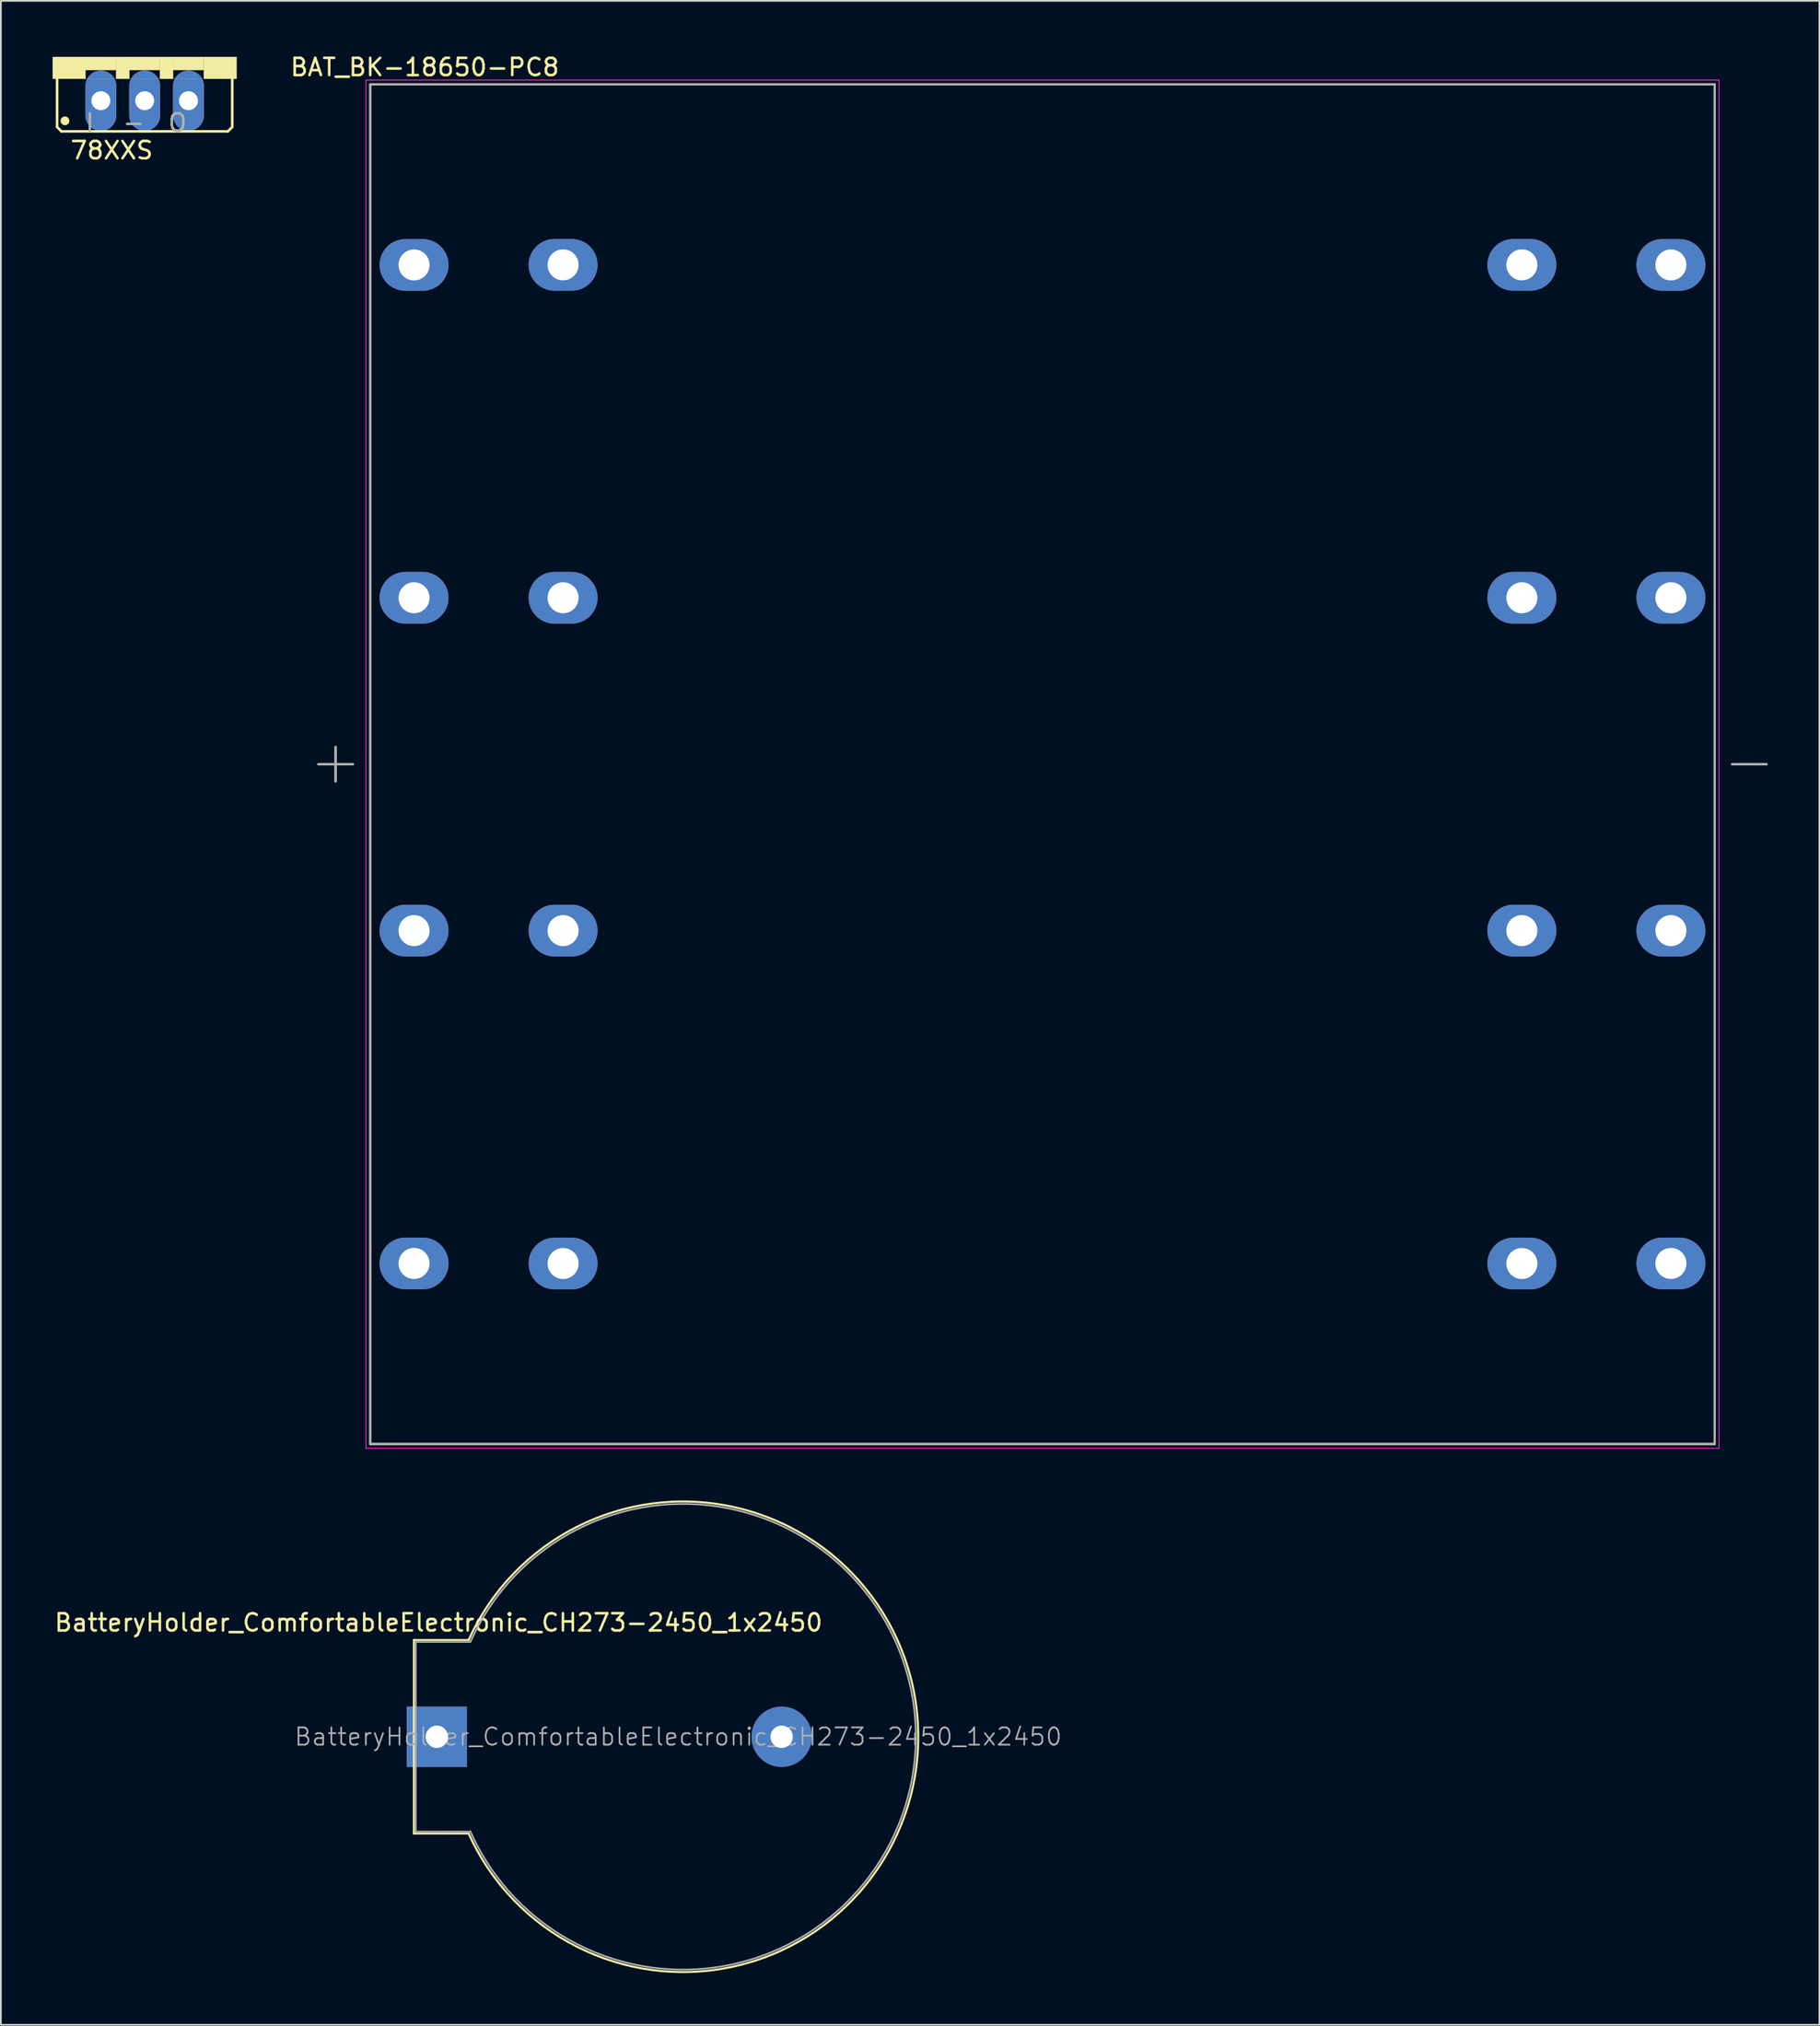
<source format=kicad_pcb>
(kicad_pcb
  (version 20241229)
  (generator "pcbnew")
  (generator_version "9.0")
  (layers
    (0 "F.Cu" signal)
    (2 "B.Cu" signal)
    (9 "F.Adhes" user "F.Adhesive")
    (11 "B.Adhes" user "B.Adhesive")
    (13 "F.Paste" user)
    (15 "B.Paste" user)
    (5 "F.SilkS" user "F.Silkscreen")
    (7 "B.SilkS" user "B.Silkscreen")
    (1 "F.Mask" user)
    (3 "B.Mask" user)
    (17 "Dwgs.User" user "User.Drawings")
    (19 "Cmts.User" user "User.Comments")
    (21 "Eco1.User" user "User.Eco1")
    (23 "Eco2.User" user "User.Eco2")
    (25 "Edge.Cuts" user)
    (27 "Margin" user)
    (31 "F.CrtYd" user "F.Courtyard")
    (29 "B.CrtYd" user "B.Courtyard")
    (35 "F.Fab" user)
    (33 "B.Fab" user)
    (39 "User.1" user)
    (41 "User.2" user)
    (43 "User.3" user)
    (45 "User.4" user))
  (footprint "78XXS"
    (layer "F.Cu")
    (at 5.341 0.25)
    (property "Reference" "78XXS" (at -1.909 5.42 0) (layer "F.SilkS") (effects (font (size 1.002 1.002) (thickness 0.15))))
    (attr through_hole)
    (fp_line (start -5.08 4.064) (end -5.08 1.143) (stroke (width 0.152) (type solid)) (layer "F.SilkS"))
    (fp_line (start -5.08 4.064) (end -4.826 4.318) (stroke (width 0.152) (type solid)) (layer "F.SilkS"))
    (fp_line (start 4.826 4.318) (end -4.826 4.318) (stroke (width 0.152) (type solid)) (layer "F.SilkS"))
    (fp_line (start 4.826 4.318) (end 5.08 4.064) (stroke (width 0.152) (type solid)) (layer "F.SilkS"))
    (fp_line (start 5.08 1.143) (end 5.08 4.064) (stroke (width 0.152) (type solid)) (layer "F.SilkS"))
    (fp_circle (center -4.623 3.708) (end -4.369 3.708) (stroke (width 0) (type solid)) (fill yes) (layer "F.SilkS"))
    (fp_poly (pts (xy -5.336 0) (xy -3.429 0) (xy -3.429 1.27) (xy -5.336 1.27)) (stroke (width 0.01) (type solid)) (fill yes) (layer "F.SilkS"))
    (fp_poly (pts (xy -3.434 0) (xy -1.651 0) (xy -1.651 0.763) (xy -3.434 0.763)) (stroke (width 0.01) (type solid)) (fill yes) (layer "F.SilkS"))
    (fp_poly (pts (xy -1.654 0) (xy -0.889 0) (xy -0.889 1.272) (xy -1.654 1.272)) (stroke (width 0.01) (type solid)) (fill yes) (layer "F.SilkS"))
    (fp_poly (pts (xy -0.891 0) (xy 0.889 0) (xy 0.889 0.763) (xy -0.891 0.763)) (stroke (width 0.01) (type solid)) (fill yes) (layer "F.SilkS"))
    (fp_poly (pts (xy 0.889 0) (xy 1.651 0) (xy 1.651 1.271) (xy 0.889 1.271)) (stroke (width 0.01) (type solid)) (fill yes) (layer "F.SilkS"))
    (fp_poly (pts (xy 1.654 0) (xy 3.429 0) (xy 3.429 0.763) (xy 1.654 0.763)) (stroke (width 0.01) (type solid)) (fill yes) (layer "F.SilkS"))
    (fp_poly (pts (xy 3.433 0) (xy 5.334 0) (xy 5.334 1.272) (xy 3.433 1.272)) (stroke (width 0.01) (type solid)) (fill yes) (layer "F.SilkS"))
    (fp_poly (pts (xy -3.436 0.762) (xy -1.651 0.762) (xy -1.651 1.273) (xy -3.436 1.273)) (stroke (width 0.01) (type solid)) (fill no) (layer "F.Fab"))
    (fp_poly (pts (xy -0.889 0.762) (xy 0.889 0.762) (xy 0.889 1.27) (xy -0.889 1.27)) (stroke (width 0.01) (type solid)) (fill no) (layer "F.Fab"))
    (fp_poly (pts (xy 1.653 0.762) (xy 3.429 0.762) (xy 3.429 1.271) (xy 1.653 1.271)) (stroke (width 0.01) (type solid)) (fill no) (layer "F.Fab"))
    (fp_text user "O" (at 1.906 3.813 0) (layer "F.Fab") (effects (font (size 1.001 1.001) (thickness 0.15))))
    (fp_text user "I" (at -3.179 3.815 0) (layer "F.Fab") (effects (font (size 1.001 1.001) (thickness 0.15))))
    (fp_text user "-" (at -0.635 3.812 0) (layer "F.Fab") (effects (font (size 1.001 1.001) (thickness 0.15))))
    (pad "1" thru_hole oval (at -2.54 2.54) (size 1.8 3.5) (drill 1.1) (layers "*.Cu" "*.Mask"))
    (pad "2" thru_hole oval (at 0 2.54) (size 1.8 3.5) (drill 1.1) (layers "*.Cu" "*.Mask"))
    (pad "3" thru_hole oval (at 2.54 2.54) (size 1.8 3.5) (drill 1.1) (layers "*.Cu" "*.Mask")))
  (footprint "BAT_BK-18650-PC8"
    (layer "F.Cu")
    (at 57.415 41.263)
    (property "Reference" "BAT_BK-18650-PC8" (at -35.825 -40.415 0) (layer "F.SilkS") (effects (font (size 1 1) (thickness 0.15))))
    (attr through_hole)
    (fp_line (start -42 0) (end -40 0) (stroke (width 0.127) (type solid)) (layer "F.SilkS"))
    (fp_line (start -41 -1) (end -41 1) (stroke (width 0.127) (type solid)) (layer "F.SilkS"))
    (fp_line (start -38.99 -39.42) (end 38.99 -39.42) (stroke (width 0.127) (type solid)) (layer "F.SilkS"))
    (fp_line (start -38.99 39.42) (end -38.99 -39.42) (stroke (width 0.127) (type solid)) (layer "F.SilkS"))
    (fp_line (start 38.99 -39.42) (end 38.99 39.42) (stroke (width 0.127) (type solid)) (layer "F.SilkS"))
    (fp_line (start 38.99 39.42) (end -38.99 39.42) (stroke (width 0.127) (type solid)) (layer "F.SilkS"))
    (fp_line (start 40 0) (end 42 0) (stroke (width 0.127) (type solid)) (layer "F.SilkS"))
    (fp_line (start -39.24 -39.67) (end 39.24 -39.67) (stroke (width 0.05) (type solid)) (layer "F.CrtYd"))
    (fp_line (start -39.24 39.67) (end -39.24 -39.67) (stroke (width 0.05) (type solid)) (layer "F.CrtYd"))
    (fp_line (start 39.24 -39.67) (end 39.24 39.67) (stroke (width 0.05) (type solid)) (layer "F.CrtYd"))
    (fp_line (start 39.24 39.67) (end -39.24 39.67) (stroke (width 0.05) (type solid)) (layer "F.CrtYd"))
    (fp_line (start -42 0) (end -40 0) (stroke (width 0.127) (type solid)) (layer "F.Fab"))
    (fp_line (start -41 -1) (end -41 1) (stroke (width 0.127) (type solid)) (layer "F.Fab"))
    (fp_line (start -38.99 -39.42) (end 38.99 -39.42) (stroke (width 0.127) (type solid)) (layer "F.Fab"))
    (fp_line (start -38.99 39.42) (end -38.99 -39.42) (stroke (width 0.127) (type solid)) (layer "F.Fab"))
    (fp_line (start 38.99 -39.42) (end 38.99 39.42) (stroke (width 0.127) (type solid)) (layer "F.Fab"))
    (fp_line (start 38.99 39.42) (end -38.99 39.42) (stroke (width 0.127) (type solid)) (layer "F.Fab"))
    (fp_line (start 40 0) (end 42 0) (stroke (width 0.127) (type solid)) (layer "F.Fab"))
    (pad "" thru_hole oval (at -27.805 -28.955) (size 4 3) (drill 1.8) (layers "*.Cu" "*.Mask"))
    (pad "" thru_hole oval (at -27.805 -9.65) (size 4 3) (drill 1.8) (layers "*.Cu" "*.Mask"))
    (pad "" thru_hole oval (at -27.805 9.65) (size 4 3) (drill 1.8) (layers "*.Cu" "*.Mask"))
    (pad "" thru_hole oval (at -27.805 28.955) (size 4 3) (drill 1.8) (layers "*.Cu" "*.Mask"))
    (pad "" thru_hole oval (at 27.805 -28.955) (size 4 3) (drill 1.8) (layers "*.Cu" "*.Mask"))
    (pad "" thru_hole oval (at 27.805 -9.65) (size 4 3) (drill 1.8) (layers "*.Cu" "*.Mask"))
    (pad "" thru_hole oval (at 27.805 9.65) (size 4 3) (drill 1.8) (layers "*.Cu" "*.Mask"))
    (pad "" thru_hole oval (at 27.805 28.955) (size 4 3) (drill 1.8) (layers "*.Cu" "*.Mask"))
    (pad "1" thru_hole oval (at 36.45 -28.95) (size 4 3) (drill 1.8) (layers "*.Cu" "*.Mask"))
    (pad "1+" thru_hole oval (at -36.45 -28.95) (size 4 3) (drill 1.8) (layers "*.Cu" "*.Mask"))
    (pad "2" thru_hole oval (at 36.45 -9.65) (size 4 3) (drill 1.8) (layers "*.Cu" "*.Mask"))
    (pad "2+" thru_hole oval (at -36.45 -9.65) (size 4 3) (drill 1.8) (layers "*.Cu" "*.Mask"))
    (pad "3" thru_hole oval (at 36.45 9.65) (size 4 3) (drill 1.8) (layers "*.Cu" "*.Mask"))
    (pad "3+" thru_hole oval (at -36.45 9.65) (size 4 3) (drill 1.8) (layers "*.Cu" "*.Mask"))
    (pad "4" thru_hole oval (at 36.45 28.95) (size 4 3) (drill 1.8) (layers "*.Cu" "*.Mask"))
    (pad "4+" thru_hole oval (at -36.45 28.95) (size 4 3) (drill 1.8) (layers "*.Cu" "*.Mask")))
  (footprint "BatteryHolder_ComfortableElectronic_CH273-2450_1x2450"
    (layer "F.Cu")
    (at 22.287 97.66)
    (property "Reference" "BatteryHolder_ComfortableElectronic_CH273-2450_1x2450" (at 0.1 -6.62 0) (layer "F.SilkS") (effects (font (size 1 1) (thickness 0.15))))
    (attr through_hole)
    (fp_line (start -1.33 -5.61) (end 1.845 -5.61) (stroke (width 0.12) (type solid)) (layer "F.SilkS"))
    (fp_line (start -1.33 5.61) (end -1.33 -5.61) (stroke (width 0.12) (type solid)) (layer "F.SilkS"))
    (fp_line (start 1.845 5.61) (end -1.33 5.61) (stroke (width 0.12) (type solid)) (layer "F.SilkS"))
    (fp_arc (start 1.845 -5.61) (mid 27.921896 0) (end 1.845 5.61) (stroke (width 0.12) (type solid)) (layer "F.SilkS"))
    (fp_line (start -1.22 -5.5) (end 1.95 -5.5) (stroke (width 0.1) (type solid)) (layer "F.Fab"))
    (fp_line (start -1.22 5.5) (end -1.22 -5.5) (stroke (width 0.1) (type solid)) (layer "F.Fab"))
    (fp_line (start 1.95 5.5) (end -1.22 5.5) (stroke (width 0.1) (type solid)) (layer "F.Fab"))
    (fp_arc (start 1.95 -5.5) (mid 27.78107 0) (end 1.95 5.5) (stroke (width 0.1) (type solid)) (layer "F.Fab"))
    (fp_text user "${REFERENCE}" (at 14 0 0) (layer "F.Fab") (effects (font (size 1 1) (thickness 0.1))))
    (pad "1" thru_hole rect (at 0 0 270) (size 3.5 3.5) (drill 1.3) (layers "*.Cu" "*.Mask"))
    (pad "2" thru_hole circle (at 20 0 270) (size 3.5 3.5) (drill 1.3) (layers "*.Cu" "*.Mask")))
  (gr_rect
    (start -3 -3)
    (end 102.479 114.362)
    (stroke (width 0.1) (type default))
    (fill no)
    (layer "Edge.Cuts")))
</source>
